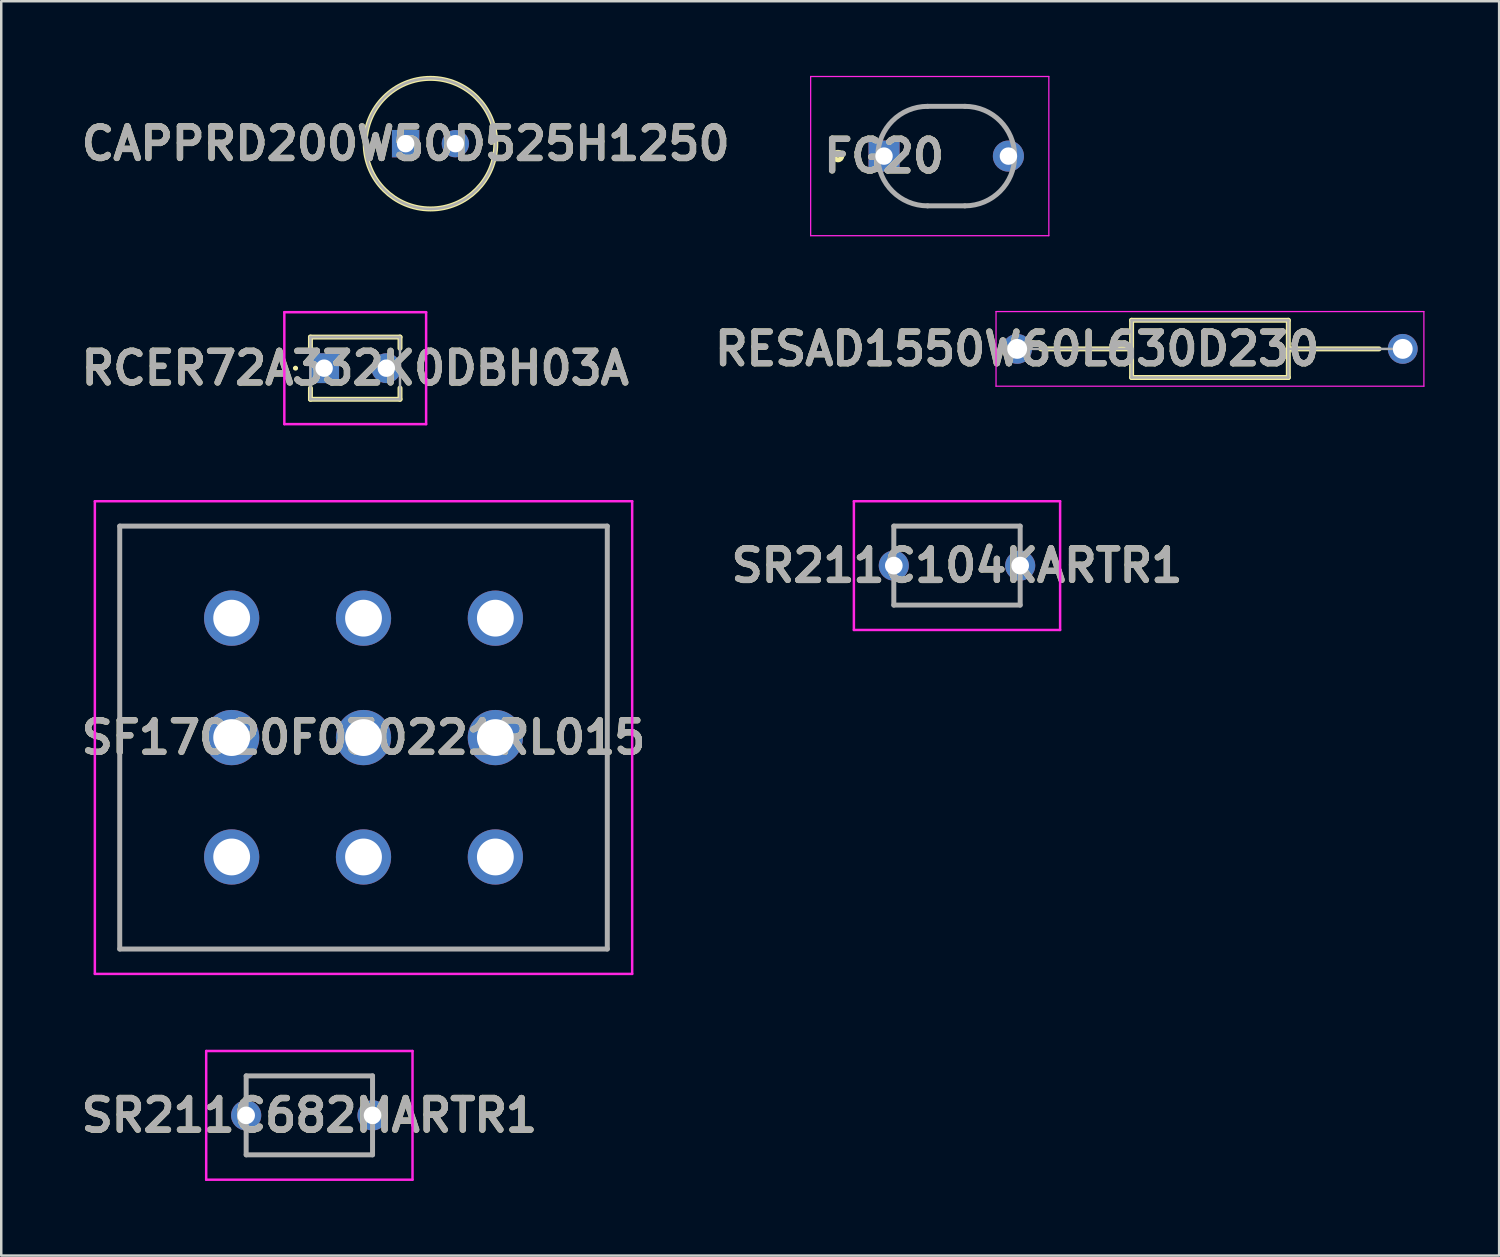
<source format=kicad_pcb>
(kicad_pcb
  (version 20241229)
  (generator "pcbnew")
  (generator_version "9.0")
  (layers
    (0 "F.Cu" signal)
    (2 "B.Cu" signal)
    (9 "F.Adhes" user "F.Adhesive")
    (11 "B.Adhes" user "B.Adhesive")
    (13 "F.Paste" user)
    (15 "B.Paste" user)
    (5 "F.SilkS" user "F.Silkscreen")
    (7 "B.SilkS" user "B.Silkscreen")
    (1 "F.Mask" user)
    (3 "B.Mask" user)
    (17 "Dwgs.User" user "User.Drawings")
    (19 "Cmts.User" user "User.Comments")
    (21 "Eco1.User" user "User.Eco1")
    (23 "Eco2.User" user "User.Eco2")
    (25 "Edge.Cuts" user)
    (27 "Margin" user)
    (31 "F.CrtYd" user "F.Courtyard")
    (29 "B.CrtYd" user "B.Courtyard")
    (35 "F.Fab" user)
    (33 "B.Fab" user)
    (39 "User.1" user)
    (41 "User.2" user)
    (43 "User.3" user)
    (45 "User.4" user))
  (footprint "SR211C682MARTR1"
    (layer "F.Cu")
    (at 6.846 41.787)
    (property "Reference" "SR211C682MARTR1" (at 2.54 0 0) (layer "F.SilkS") (effects (font (size 1.27 1.27) (thickness 0.254))))
    (attr through_hole)
    (fp_line (start 0 -1.587) (end 5.08 -1.587) (stroke (width 0.1) (type solid)) (layer "F.SilkS"))
    (fp_line (start 0 1.587) (end 5.08 1.587) (stroke (width 0.1) (type solid)) (layer "F.SilkS"))
    (fp_line (start -1.607 -2.587) (end 6.687 -2.587) (stroke (width 0.1) (type solid)) (layer "F.CrtYd"))
    (fp_line (start -1.607 2.587) (end -1.607 -2.587) (stroke (width 0.1) (type solid)) (layer "F.CrtYd"))
    (fp_line (start 6.687 -2.587) (end 6.687 2.587) (stroke (width 0.1) (type solid)) (layer "F.CrtYd"))
    (fp_line (start 6.687 2.587) (end -1.607 2.587) (stroke (width 0.1) (type solid)) (layer "F.CrtYd"))
    (fp_line (start 0 -1.587) (end 5.08 -1.587) (stroke (width 0.2) (type solid)) (layer "F.Fab"))
    (fp_line (start 0 1.587) (end 0 -1.587) (stroke (width 0.2) (type solid)) (layer "F.Fab"))
    (fp_line (start 5.08 -1.587) (end 5.08 1.587) (stroke (width 0.2) (type solid)) (layer "F.Fab"))
    (fp_line (start 5.08 1.587) (end 0 1.587) (stroke (width 0.2) (type solid)) (layer "F.Fab"))
    (fp_text user "${REFERENCE}" (at 2.54 0 0) (layer "F.Fab") (effects (font (size 1.27 1.27) (thickness 0.254))))
    (pad "1" thru_hole circle (at 0 0) (size 1.214 1.214) (drill 0.708) (layers "*.Cu" "*.Mask"))
    (pad "2" thru_hole circle (at 5.08 0) (size 1.214 1.214) (drill 0.708) (layers "*.Cu" "*.Mask")))
  (footprint "FG20"
    (layer "F.Cu")
    (at 32.488 3.225)
    (property "Reference" "FG20" (at 0 0 0) (layer "F.SilkS") (effects (font (size 1.27 1.27) (thickness 0.254))))
    (attr through_hole)
    (fp_circle (center -1.85 0) (end -1.85 0.05) (stroke (width 0.2) (type solid)) (fill no) (layer "F.SilkS"))
    (fp_line (start -2.95 -3.2) (end 6.625 -3.2) (stroke (width 0.05) (type solid)) (layer "F.CrtYd"))
    (fp_line (start -2.95 3.2) (end -2.95 -3.2) (stroke (width 0.05) (type solid)) (layer "F.CrtYd"))
    (fp_line (start 6.625 -3.2) (end 6.625 3.2) (stroke (width 0.05) (type solid)) (layer "F.CrtYd"))
    (fp_line (start 6.625 3.2) (end -2.95 3.2) (stroke (width 0.05) (type solid)) (layer "F.CrtYd"))
    (fp_line (start 1.75 -2) (end 3.25 -2) (stroke (width 0.2) (type solid)) (layer "F.Fab"))
    (fp_line (start 3.25 2) (end 1.75 2) (stroke (width 0.2) (type solid)) (layer "F.Fab"))
    (fp_arc (start 1.75 2) (mid -0.25 0) (end 1.75 -2) (stroke (width 0.2) (type solid)) (layer "F.Fab"))
    (fp_arc (start 3.25 -2) (mid 5.25 0) (end 3.25 2) (stroke (width 0.2) (type solid)) (layer "F.Fab"))
    (fp_text user "${REFERENCE}" (at 0 0 0) (layer "F.Fab") (effects (font (size 1.27 1.27) (thickness 0.254))))
    (pad "1" thru_hole rect (at 0 0) (size 1.25 1.25) (drill 0.7) (layers "*.Cu" "*.Mask"))
    (pad "2" thru_hole circle (at 5 0) (size 1.25 1.25) (drill 0.7) (layers "*.Cu" "*.Mask")))
  (footprint "RCER72A332K0DBH03A"
    (layer "F.Cu")
    (at 9.98 11.75)
    (property "Reference" "RCER72A332K0DBH03A" (at 1.25 0 0) (layer "F.SilkS") (effects (font (size 1.27 1.27) (thickness 0.254))))
    (attr through_hole)
    (fp_line (start -1.2 0) (end -1.2 0) (stroke (width 0.1) (type solid)) (layer "F.SilkS"))
    (fp_line (start -1.1 0) (end -1.1 0) (stroke (width 0.1) (type solid)) (layer "F.SilkS"))
    (fp_line (start -0.55 -1.25) (end 3.05 -1.25) (stroke (width 0.2) (type solid)) (layer "F.SilkS"))
    (fp_line (start -0.55 -0.8) (end -0.55 -1.25) (stroke (width 0.2) (type solid)) (layer "F.SilkS"))
    (fp_line (start -0.55 0.8) (end -0.55 1.25) (stroke (width 0.2) (type solid)) (layer "F.SilkS"))
    (fp_line (start -0.55 1.25) (end 3.05 1.25) (stroke (width 0.2) (type solid)) (layer "F.SilkS"))
    (fp_line (start 3.05 -1.25) (end 3.05 -0.8) (stroke (width 0.2) (type solid)) (layer "F.SilkS"))
    (fp_line (start 3.05 1.25) (end 3.05 0.8) (stroke (width 0.2) (type solid)) (layer "F.SilkS"))
    (fp_arc (start -1.2 0) (mid -1.15 -0.05) (end -1.1 0) (stroke (width 0.1) (type solid)) (layer "F.SilkS"))
    (fp_arc (start -1.1 0) (mid -1.15 0.05) (end -1.2 0) (stroke (width 0.1) (type solid)) (layer "F.SilkS"))
    (fp_line (start -1.6 -2.25) (end 4.1 -2.25) (stroke (width 0.1) (type solid)) (layer "F.CrtYd"))
    (fp_line (start -1.6 2.25) (end -1.6 -2.25) (stroke (width 0.1) (type solid)) (layer "F.CrtYd"))
    (fp_line (start 4.1 -2.25) (end 4.1 2.25) (stroke (width 0.1) (type solid)) (layer "F.CrtYd"))
    (fp_line (start 4.1 2.25) (end -1.6 2.25) (stroke (width 0.1) (type solid)) (layer "F.CrtYd"))
    (fp_line (start -0.55 -1.25) (end -0.55 1.25) (stroke (width 0.1) (type solid)) (layer "F.Fab"))
    (fp_line (start -0.55 1.25) (end 3.05 1.25) (stroke (width 0.1) (type solid)) (layer "F.Fab"))
    (fp_line (start 3.05 -1.25) (end -0.55 -1.25) (stroke (width 0.1) (type solid)) (layer "F.Fab"))
    (fp_line (start 3.05 1.25) (end 3.05 -1.25) (stroke (width 0.1) (type solid)) (layer "F.Fab"))
    (fp_text user "${REFERENCE}" (at 1.25 0 0) (layer "F.Fab") (effects (font (size 1.27 1.27) (thickness 0.254))))
    (pad "1" thru_hole rect (at 0 0) (size 1.2 1.2) (drill 0.7) (layers "*.Cu" "*.Mask"))
    (pad "2" thru_hole circle (at 2.5 0) (size 1.2 1.2) (drill 0.7) (layers "*.Cu" "*.Mask")))
  (footprint "SF17020F030221RL015"
    (layer "F.Cu")
    (at 11.563 26.6)
    (property "Reference" "SF17020F030221RL015" (at 0 0 0) (layer "F.SilkS") (effects (font (size 1.27 1.27) (thickness 0.254))))
    (attr through_hole)
    (fp_line (start -9.8 -8.5) (end 9.8 -8.5) (stroke (width 0.1) (type solid)) (layer "F.SilkS"))
    (fp_line (start -9.8 8.5) (end -9.8 -8.5) (stroke (width 0.1) (type solid)) (layer "F.SilkS"))
    (fp_line (start 9.8 -8.5) (end 9.8 8.5) (stroke (width 0.1) (type solid)) (layer "F.SilkS"))
    (fp_line (start 9.8 8.5) (end -9.8 8.5) (stroke (width 0.1) (type solid)) (layer "F.SilkS"))
    (fp_line (start -10.8 -9.5) (end 10.8 -9.5) (stroke (width 0.1) (type solid)) (layer "F.CrtYd"))
    (fp_line (start -10.8 9.5) (end -10.8 -9.5) (stroke (width 0.1) (type solid)) (layer "F.CrtYd"))
    (fp_line (start 10.8 -9.5) (end 10.8 9.5) (stroke (width 0.1) (type solid)) (layer "F.CrtYd"))
    (fp_line (start 10.8 9.5) (end -10.8 9.5) (stroke (width 0.1) (type solid)) (layer "F.CrtYd"))
    (fp_line (start -9.8 -8.5) (end 9.8 -8.5) (stroke (width 0.2) (type solid)) (layer "F.Fab"))
    (fp_line (start -9.8 8.5) (end -9.8 -8.5) (stroke (width 0.2) (type solid)) (layer "F.Fab"))
    (fp_line (start 9.8 -8.5) (end 9.8 8.5) (stroke (width 0.2) (type solid)) (layer "F.Fab"))
    (fp_line (start 9.8 8.5) (end -9.8 8.5) (stroke (width 0.2) (type solid)) (layer "F.Fab"))
    (fp_text user "${REFERENCE}" (at 0 0 0) (layer "F.Fab") (effects (font (size 1.27 1.27) (thickness 0.254))))
    (pad "1" thru_hole circle (at 5.3 4.8) (size 2.22 2.22) (drill 1.48) (layers "*.Cu" "*.Mask"))
    (pad "2" thru_hole circle (at 5.3 0) (size 2.22 2.22) (drill 1.48) (layers "*.Cu" "*.Mask"))
    (pad "3" thru_hole circle (at 5.3 -4.8) (size 2.22 2.22) (drill 1.48) (layers "*.Cu" "*.Mask"))
    (pad "4" thru_hole circle (at 0 4.8) (size 2.22 2.22) (drill 1.48) (layers "*.Cu" "*.Mask"))
    (pad "5" thru_hole circle (at 0 0) (size 2.22 2.22) (drill 1.48) (layers "*.Cu" "*.Mask"))
    (pad "6" thru_hole circle (at 0 -4.8) (size 2.22 2.22) (drill 1.48) (layers "*.Cu" "*.Mask"))
    (pad "7" thru_hole circle (at -5.3 4.8) (size 2.22 2.22) (drill 1.48) (layers "*.Cu" "*.Mask"))
    (pad "8" thru_hole circle (at -5.3 0) (size 2.22 2.22) (drill 1.48) (layers "*.Cu" "*.Mask"))
    (pad "9" thru_hole circle (at -5.3 -4.8) (size 2.22 2.22) (drill 1.48) (layers "*.Cu" "*.Mask")))
  (footprint "SR211C104KARTR1"
    (layer "F.Cu")
    (at 32.881 19.687)
    (property "Reference" "SR211C104KARTR1" (at 2.54 0 0) (layer "F.SilkS") (effects (font (size 1.27 1.27) (thickness 0.254))))
    (attr through_hole)
    (fp_line (start 0 -1.587) (end 5.08 -1.587) (stroke (width 0.1) (type solid)) (layer "F.SilkS"))
    (fp_line (start 0 -1) (end 0 -1.587) (stroke (width 0.1) (type solid)) (layer "F.SilkS"))
    (fp_line (start 0 1) (end 0 1.587) (stroke (width 0.1) (type solid)) (layer "F.SilkS"))
    (fp_line (start 0 1.587) (end 5.08 1.587) (stroke (width 0.1) (type solid)) (layer "F.SilkS"))
    (fp_line (start 5.08 -1.587) (end 5.08 -1) (stroke (width 0.1) (type solid)) (layer "F.SilkS"))
    (fp_line (start 5.08 1.587) (end 5.08 1) (stroke (width 0.1) (type solid)) (layer "F.SilkS"))
    (fp_line (start -1.605 -2.587) (end 6.685 -2.587) (stroke (width 0.1) (type solid)) (layer "F.CrtYd"))
    (fp_line (start -1.605 2.587) (end -1.605 -2.587) (stroke (width 0.1) (type solid)) (layer "F.CrtYd"))
    (fp_line (start 6.685 -2.587) (end 6.685 2.587) (stroke (width 0.1) (type solid)) (layer "F.CrtYd"))
    (fp_line (start 6.685 2.587) (end -1.605 2.587) (stroke (width 0.1) (type solid)) (layer "F.CrtYd"))
    (fp_line (start 0 -1.587) (end 5.08 -1.587) (stroke (width 0.2) (type solid)) (layer "F.Fab"))
    (fp_line (start 0 1.587) (end 0 -1.587) (stroke (width 0.2) (type solid)) (layer "F.Fab"))
    (fp_line (start 5.08 -1.587) (end 5.08 1.587) (stroke (width 0.2) (type solid)) (layer "F.Fab"))
    (fp_line (start 5.08 1.587) (end 0 1.587) (stroke (width 0.2) (type solid)) (layer "F.Fab"))
    (fp_text user "${REFERENCE}" (at 2.54 0 0) (layer "F.Fab") (effects (font (size 1.27 1.27) (thickness 0.254))))
    (pad "1" thru_hole circle (at 0 0) (size 1.21 1.21) (drill 0.71) (layers "*.Cu" "*.Mask"))
    (pad "2" thru_hole circle (at 5.08 0) (size 1.21 1.21) (drill 0.71) (layers "*.Cu" "*.Mask")))
  (footprint "RESAD1550W60L630D230"
    (layer "F.Cu")
    (at 37.84 10.975)
    (property "Reference" "RESAD1550W60L630D230" (at 0 0 0) (layer "F.SilkS") (effects (font (size 1.27 1.27) (thickness 0.254))))
    (attr through_hole)
    (fp_line (start 0.95 0) (end 4.6 0) (stroke (width 0.2) (type solid)) (layer "F.SilkS"))
    (fp_line (start 4.6 -1.15) (end 10.9 -1.15) (stroke (width 0.2) (type solid)) (layer "F.SilkS"))
    (fp_line (start 4.6 1.15) (end 4.6 -1.15) (stroke (width 0.2) (type solid)) (layer "F.SilkS"))
    (fp_line (start 10.9 -1.15) (end 10.9 1.15) (stroke (width 0.2) (type solid)) (layer "F.SilkS"))
    (fp_line (start 10.9 0) (end 14.55 0) (stroke (width 0.2) (type solid)) (layer "F.SilkS"))
    (fp_line (start 10.9 1.15) (end 4.6 1.15) (stroke (width 0.2) (type solid)) (layer "F.SilkS"))
    (fp_line (start -0.85 -1.5) (end 16.35 -1.5) (stroke (width 0.05) (type solid)) (layer "F.CrtYd"))
    (fp_line (start -0.85 1.5) (end -0.85 -1.5) (stroke (width 0.05) (type solid)) (layer "F.CrtYd"))
    (fp_line (start 16.35 -1.5) (end 16.35 1.5) (stroke (width 0.05) (type solid)) (layer "F.CrtYd"))
    (fp_line (start 16.35 1.5) (end -0.85 1.5) (stroke (width 0.05) (type solid)) (layer "F.CrtYd"))
    (fp_line (start 0 0) (end 4.6 0) (stroke (width 0.1) (type solid)) (layer "F.Fab"))
    (fp_line (start 4.6 -1.15) (end 10.9 -1.15) (stroke (width 0.1) (type solid)) (layer "F.Fab"))
    (fp_line (start 4.6 1.15) (end 4.6 -1.15) (stroke (width 0.1) (type solid)) (layer "F.Fab"))
    (fp_line (start 10.9 -1.15) (end 10.9 1.15) (stroke (width 0.1) (type solid)) (layer "F.Fab"))
    (fp_line (start 10.9 0) (end 15.5 0) (stroke (width 0.1) (type solid)) (layer "F.Fab"))
    (fp_line (start 10.9 1.15) (end 4.6 1.15) (stroke (width 0.1) (type solid)) (layer "F.Fab"))
    (fp_text user "${REFERENCE}" (at 0 0 0) (layer "F.Fab") (effects (font (size 1.27 1.27) (thickness 0.254))))
    (pad "1" thru_hole circle (at 0 0) (size 1.2 1.2) (drill 0.8) (layers "*.Cu" "*.Mask"))
    (pad "2" thru_hole circle (at 15.5 0) (size 1.2 1.2) (drill 0.8) (layers "*.Cu" "*.Mask")))
  (footprint "CAPPRD200W50D525H1250"
    (layer "F.Cu")
    (at 13.256 2.725)
    (property "Reference" "CAPPRD200W50D525H1250" (at 0 0 0) (layer "F.SilkS") (effects (font (size 1.27 1.27) (thickness 0.254))))
    (attr through_hole)
    (fp_circle (center 1 0) (end 1 2.625) (stroke (width 0.2) (type solid)) (fill no) (layer "F.SilkS"))
    (fp_circle (center 1 0) (end 1 2.625) (stroke (width 0.1) (type solid)) (fill no) (layer "F.Fab"))
    (fp_text user "${REFERENCE}" (at 0 0 0) (layer "F.Fab") (effects (font (size 1.27 1.27) (thickness 0.254))))
    (pad "1" thru_hole rect (at 0 0) (size 1.1 1.1) (drill 0.7) (layers "*.Cu" "*.Mask"))
    (pad "2" thru_hole circle (at 2 0) (size 1.1 1.1) (drill 0.7) (layers "*.Cu" "*.Mask")))
  (gr_rect
    (start -3 -3)
    (end 57.215 47.424)
    (stroke (width 0.1) (type default))
    (fill no)
    (layer "Edge.Cuts")))
</source>
